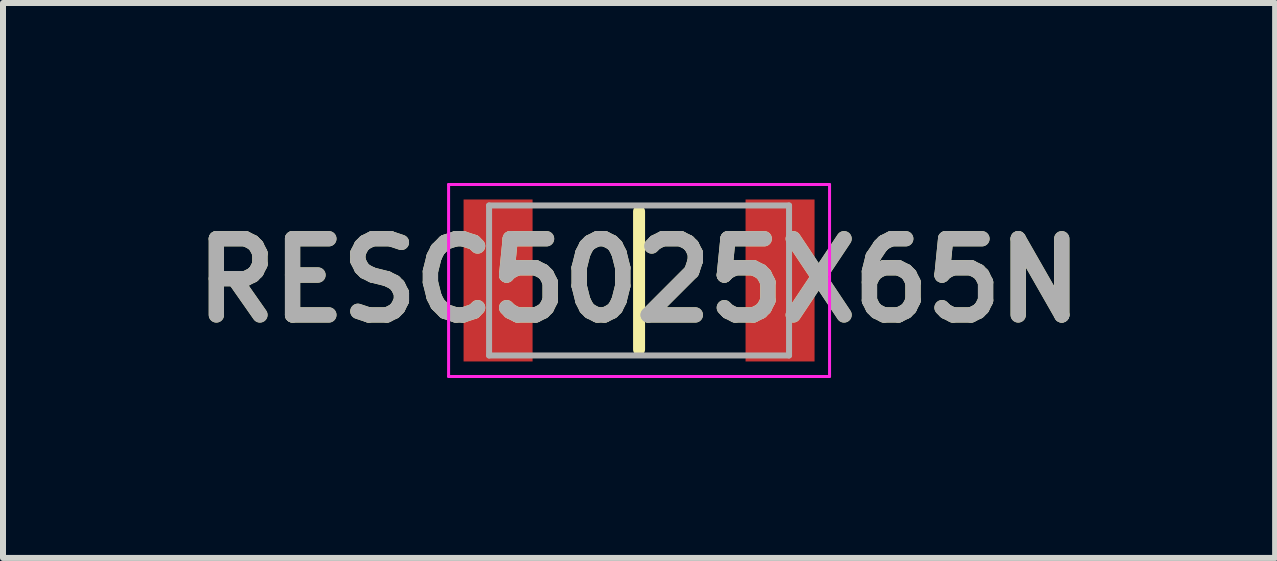
<source format=kicad_pcb>
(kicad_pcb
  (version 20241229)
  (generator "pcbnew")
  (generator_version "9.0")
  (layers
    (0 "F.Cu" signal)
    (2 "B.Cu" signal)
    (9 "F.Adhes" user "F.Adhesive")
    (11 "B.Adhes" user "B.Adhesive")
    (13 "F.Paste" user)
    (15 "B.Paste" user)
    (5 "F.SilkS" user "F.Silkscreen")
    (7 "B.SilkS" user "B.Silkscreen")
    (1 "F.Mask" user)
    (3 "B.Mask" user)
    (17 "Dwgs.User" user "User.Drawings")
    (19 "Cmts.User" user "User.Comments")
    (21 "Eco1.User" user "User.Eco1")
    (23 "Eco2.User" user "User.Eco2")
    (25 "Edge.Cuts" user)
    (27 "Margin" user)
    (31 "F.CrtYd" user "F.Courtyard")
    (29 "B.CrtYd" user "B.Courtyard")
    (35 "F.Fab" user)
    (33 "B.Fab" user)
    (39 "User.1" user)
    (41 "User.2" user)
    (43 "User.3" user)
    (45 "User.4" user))
  (footprint "RESC5025X65N"
    (layer "F.Cu")
    (at 7.602 1.625)
    (property "Reference" "RESC5025X65N" (at 0 0 0) (layer "F.SilkS") (effects (font (size 1.27 1.27) (thickness 0.254))))
    (attr smd)
    (fp_line (start 0 -1.15) (end 0 1.15) (stroke (width 0.2) (type solid)) (layer "F.SilkS"))
    (fp_line (start -3.175 -1.6) (end 3.175 -1.6) (stroke (width 0.05) (type solid)) (layer "F.CrtYd"))
    (fp_line (start -3.175 1.6) (end -3.175 -1.6) (stroke (width 0.05) (type solid)) (layer "F.CrtYd"))
    (fp_line (start 3.175 -1.6) (end 3.175 1.6) (stroke (width 0.05) (type solid)) (layer "F.CrtYd"))
    (fp_line (start 3.175 1.6) (end -3.175 1.6) (stroke (width 0.05) (type solid)) (layer "F.CrtYd"))
    (fp_line (start -2.5 -1.25) (end 2.5 -1.25) (stroke (width 0.1) (type solid)) (layer "F.Fab"))
    (fp_line (start -2.5 1.25) (end -2.5 -1.25) (stroke (width 0.1) (type solid)) (layer "F.Fab"))
    (fp_line (start 2.5 -1.25) (end 2.5 1.25) (stroke (width 0.1) (type solid)) (layer "F.Fab"))
    (fp_line (start 2.5 1.25) (end -2.5 1.25) (stroke (width 0.1) (type solid)) (layer "F.Fab"))
    (fp_text user "${REFERENCE}" (at 0 0 0) (layer "F.Fab") (effects (font (size 1.27 1.27) (thickness 0.254))))
    (pad "1" smd rect (at -2.35 0) (size 1.15 2.7) (layers "F.Cu" "F.Mask" "F.Paste"))
    (pad "2" smd rect (at 2.35 0) (size 1.15 2.7) (layers "F.Cu" "F.Mask" "F.Paste")))
  (gr_rect
    (start -3 -3)
    (end 18.204 6.25)
    (stroke (width 0.1) (type default))
    (fill no)
    (layer "Edge.Cuts")))
</source>
